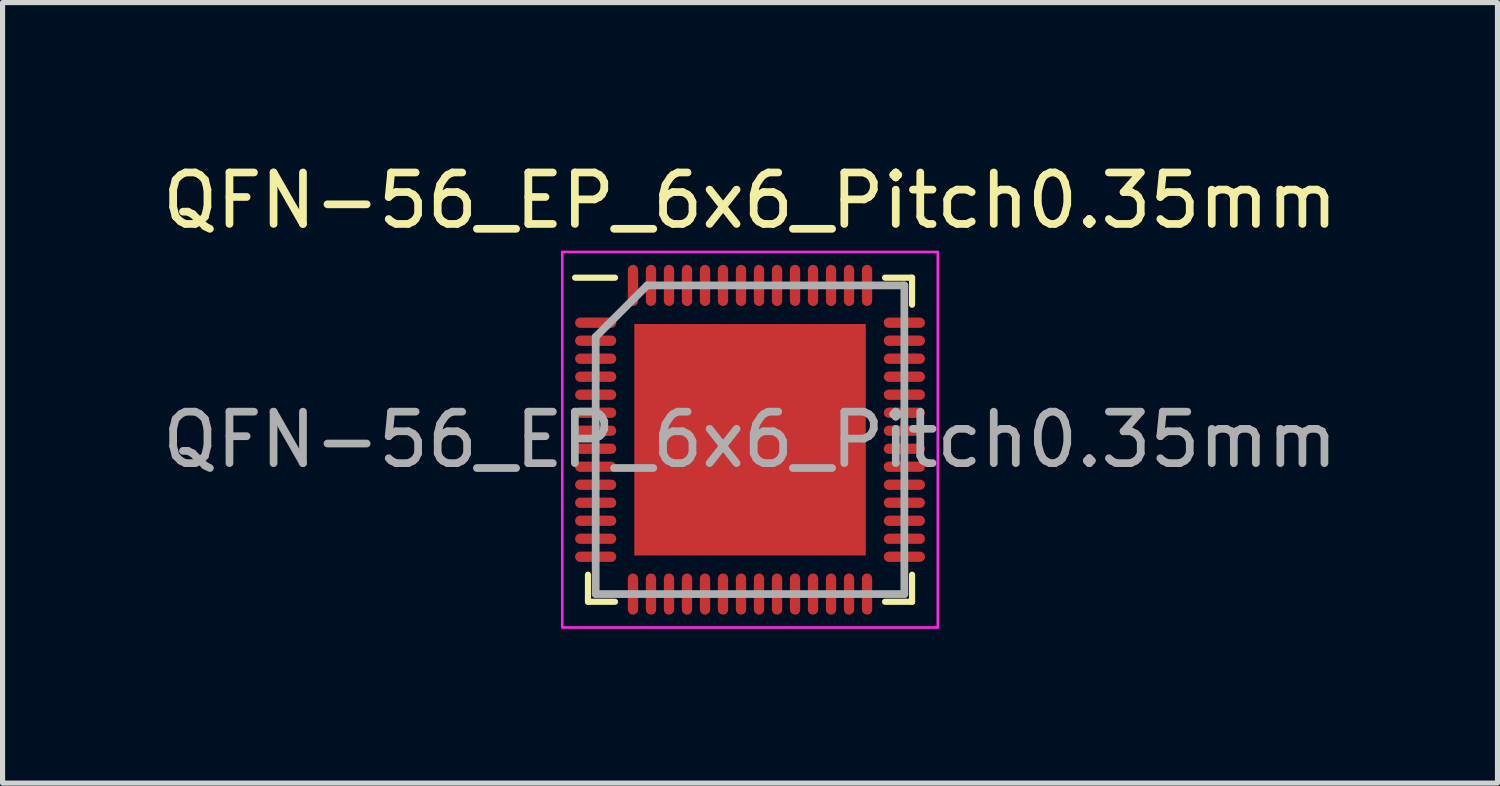
<source format=kicad_pcb>
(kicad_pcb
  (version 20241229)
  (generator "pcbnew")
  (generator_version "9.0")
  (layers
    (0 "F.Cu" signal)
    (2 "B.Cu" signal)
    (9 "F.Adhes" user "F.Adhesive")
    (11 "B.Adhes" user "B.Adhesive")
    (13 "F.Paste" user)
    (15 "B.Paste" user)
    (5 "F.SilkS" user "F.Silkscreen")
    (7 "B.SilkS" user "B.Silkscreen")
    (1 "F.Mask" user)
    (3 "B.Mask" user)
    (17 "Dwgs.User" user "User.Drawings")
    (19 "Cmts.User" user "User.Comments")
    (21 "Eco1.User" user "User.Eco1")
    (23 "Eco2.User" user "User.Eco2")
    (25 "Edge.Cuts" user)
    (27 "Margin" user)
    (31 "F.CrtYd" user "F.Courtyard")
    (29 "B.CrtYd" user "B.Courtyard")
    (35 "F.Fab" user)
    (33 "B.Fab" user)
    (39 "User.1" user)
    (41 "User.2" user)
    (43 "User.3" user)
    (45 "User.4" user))
  (footprint "QFN-56_EP_6x6_Pitch0.35mm"
    (layer "F.Cu")
    (at 11.53 5.498)
    (property "Reference" "QFN-56_EP_6x6_Pitch0.35mm" (at 0 -4.65 0) (layer "F.SilkS") (effects (font (size 1 1) (thickness 0.15))))
    (attr smd)
    (fp_line (start -3.15 3.15) (end -3.15 2.625) (stroke (width 0.12) (type default)) (layer "F.SilkS"))
    (fp_line (start -2.625 -3.15) (end -3.4 -3.15) (stroke (width 0.12) (type default)) (layer "F.SilkS"))
    (fp_line (start -2.625 3.15) (end -3.15 3.15) (stroke (width 0.12) (type default)) (layer "F.SilkS"))
    (fp_line (start 2.625 -3.15) (end 3.15 -3.15) (stroke (width 0.12) (type default)) (layer "F.SilkS"))
    (fp_line (start 2.625 3.15) (end 3.15 3.15) (stroke (width 0.12) (type default)) (layer "F.SilkS"))
    (fp_line (start 3.15 -3.15) (end 3.15 -2.625) (stroke (width 0.12) (type default)) (layer "F.SilkS"))
    (fp_line (start 3.15 3.15) (end 3.15 2.625) (stroke (width 0.12) (type default)) (layer "F.SilkS"))
    (fp_line (start -3.65 -3.65) (end 3.65 -3.65) (stroke (width 0.05) (type default)) (layer "F.CrtYd"))
    (fp_line (start -3.65 3.65) (end -3.65 -3.65) (stroke (width 0.05) (type default)) (layer "F.CrtYd"))
    (fp_line (start 3.65 -3.65) (end 3.65 3.65) (stroke (width 0.05) (type default)) (layer "F.CrtYd"))
    (fp_line (start 3.65 3.65) (end -3.65 3.65) (stroke (width 0.05) (type default)) (layer "F.CrtYd"))
    (fp_line (start -3 -2) (end -3 3) (stroke (width 0.15) (type default)) (layer "F.Fab"))
    (fp_line (start -3 3) (end 3 3) (stroke (width 0.15) (type default)) (layer "F.Fab"))
    (fp_line (start -2 -3) (end -3 -2) (stroke (width 0.15) (type default)) (layer "F.Fab"))
    (fp_line (start 3 -3) (end -2 -3) (stroke (width 0.15) (type default)) (layer "F.Fab"))
    (fp_line (start 3 3) (end 3 -3) (stroke (width 0.15) (type default)) (layer "F.Fab"))
    (fp_text user "${REFERENCE}" (at 0 0 0) (layer "F.Fab") (effects (font (size 1 1) (thickness 0.15))))
    (pad "" smd rect (at -1.688 -1.688) (size 0.375 0.375) (layers "F.Paste"))
    (pad "" smd rect (at -1.688 -0.562) (size 0.375 0.375) (layers "F.Paste"))
    (pad "" smd rect (at -1.688 0.562) (size 0.375 0.375) (layers "F.Paste"))
    (pad "" smd rect (at -1.688 1.688) (size 0.375 0.375) (layers "F.Paste"))
    (pad "" smd rect (at -0.562 -1.688) (size 0.375 0.375) (layers "F.Paste"))
    (pad "" smd rect (at -0.562 -0.562) (size 0.375 0.375) (layers "F.Paste"))
    (pad "" smd rect (at -0.562 0.562) (size 0.375 0.375) (layers "F.Paste"))
    (pad "" smd rect (at -0.562 1.688) (size 0.375 0.375) (layers "F.Paste"))
    (pad "" smd rect (at 0.562 -1.688) (size 0.375 0.375) (layers "F.Paste"))
    (pad "" smd rect (at 0.562 -0.562) (size 0.375 0.375) (layers "F.Paste"))
    (pad "" smd rect (at 0.562 0.562) (size 0.375 0.375) (layers "F.Paste"))
    (pad "" smd rect (at 0.562 1.688) (size 0.375 0.375) (layers "F.Paste"))
    (pad "" smd rect (at 1.688 -1.688) (size 0.375 0.375) (layers "F.Paste"))
    (pad "" smd rect (at 1.688 -0.562) (size 0.375 0.375) (layers "F.Paste"))
    (pad "" smd rect (at 1.688 0.562) (size 0.375 0.375) (layers "F.Paste"))
    (pad "" smd rect (at 1.688 1.688) (size 0.375 0.375) (layers "F.Paste"))
    (pad "1" smd oval (at -3 -2.275 90) (size 0.2 0.8) (layers "F.Cu" "F.Mask" "F.Paste"))
    (pad "2" smd oval (at -3 -1.925 90) (size 0.2 0.8) (layers "F.Cu" "F.Mask" "F.Paste"))
    (pad "3" smd oval (at -3 -1.575 90) (size 0.2 0.8) (layers "F.Cu" "F.Mask" "F.Paste"))
    (pad "4" smd oval (at -3 -1.225 90) (size 0.2 0.8) (layers "F.Cu" "F.Mask" "F.Paste"))
    (pad "5" smd oval (at -3 -0.875 90) (size 0.2 0.8) (layers "F.Cu" "F.Mask" "F.Paste"))
    (pad "6" smd oval (at -3 -0.525 90) (size 0.2 0.8) (layers "F.Cu" "F.Mask" "F.Paste"))
    (pad "7" smd oval (at -3 -0.175 90) (size 0.2 0.8) (layers "F.Cu" "F.Mask" "F.Paste"))
    (pad "8" smd oval (at -3 0.175 90) (size 0.2 0.8) (layers "F.Cu" "F.Mask" "F.Paste"))
    (pad "9" smd oval (at -3 0.525 90) (size 0.2 0.8) (layers "F.Cu" "F.Mask" "F.Paste"))
    (pad "10" smd oval (at -3 0.875 90) (size 0.2 0.8) (layers "F.Cu" "F.Mask" "F.Paste"))
    (pad "11" smd oval (at -3 1.225 90) (size 0.2 0.8) (layers "F.Cu" "F.Mask" "F.Paste"))
    (pad "12" smd oval (at -3 1.575 90) (size 0.2 0.8) (layers "F.Cu" "F.Mask" "F.Paste"))
    (pad "13" smd oval (at -3 1.925 90) (size 0.2 0.8) (layers "F.Cu" "F.Mask" "F.Paste"))
    (pad "14" smd oval (at -3 2.275 90) (size 0.2 0.8) (layers "F.Cu" "F.Mask" "F.Paste"))
    (pad "15" smd oval (at -2.275 3) (size 0.2 0.8) (layers "F.Cu" "F.Mask" "F.Paste"))
    (pad "16" smd oval (at -1.925 3) (size 0.2 0.8) (layers "F.Cu" "F.Mask" "F.Paste"))
    (pad "17" smd oval (at -1.575 3) (size 0.2 0.8) (layers "F.Cu" "F.Mask" "F.Paste"))
    (pad "18" smd oval (at -1.225 3) (size 0.2 0.8) (layers "F.Cu" "F.Mask" "F.Paste"))
    (pad "19" smd oval (at -0.875 3) (size 0.2 0.8) (layers "F.Cu" "F.Mask" "F.Paste"))
    (pad "20" smd oval (at -0.525 3) (size 0.2 0.8) (layers "F.Cu" "F.Mask" "F.Paste"))
    (pad "21" smd oval (at -0.175 3) (size 0.2 0.8) (layers "F.Cu" "F.Mask" "F.Paste"))
    (pad "22" smd oval (at 0.175 3) (size 0.2 0.8) (layers "F.Cu" "F.Mask" "F.Paste"))
    (pad "23" smd oval (at 0.525 3) (size 0.2 0.8) (layers "F.Cu" "F.Mask" "F.Paste"))
    (pad "24" smd oval (at 0.875 3) (size 0.2 0.8) (layers "F.Cu" "F.Mask" "F.Paste"))
    (pad "25" smd oval (at 1.225 3) (size 0.2 0.8) (layers "F.Cu" "F.Mask" "F.Paste"))
    (pad "26" smd oval (at 1.575 3) (size 0.2 0.8) (layers "F.Cu" "F.Mask" "F.Paste"))
    (pad "27" smd oval (at 1.925 3) (size 0.2 0.8) (layers "F.Cu" "F.Mask" "F.Paste"))
    (pad "28" smd oval (at 2.275 3) (size 0.2 0.8) (layers "F.Cu" "F.Mask" "F.Paste"))
    (pad "29" smd oval (at 3 2.275 90) (size 0.2 0.8) (layers "F.Cu" "F.Mask" "F.Paste"))
    (pad "30" smd oval (at 3 1.925 90) (size 0.2 0.8) (layers "F.Cu" "F.Mask" "F.Paste"))
    (pad "31" smd oval (at 3 1.575 90) (size 0.2 0.8) (layers "F.Cu" "F.Mask" "F.Paste"))
    (pad "32" smd oval (at 3 1.225 90) (size 0.2 0.8) (layers "F.Cu" "F.Mask" "F.Paste"))
    (pad "33" smd oval (at 3 0.875 90) (size 0.2 0.8) (layers "F.Cu" "F.Mask" "F.Paste"))
    (pad "34" smd oval (at 3 0.525 90) (size 0.2 0.8) (layers "F.Cu" "F.Mask" "F.Paste"))
    (pad "35" smd oval (at 3 0.175 90) (size 0.2 0.8) (layers "F.Cu" "F.Mask" "F.Paste"))
    (pad "36" smd oval (at 3 -0.175 90) (size 0.2 0.8) (layers "F.Cu" "F.Mask" "F.Paste"))
    (pad "37" smd oval (at 3 -0.525 90) (size 0.2 0.8) (layers "F.Cu" "F.Mask" "F.Paste"))
    (pad "38" smd oval (at 3 -0.875 90) (size 0.2 0.8) (layers "F.Cu" "F.Mask" "F.Paste"))
    (pad "39" smd oval (at 3 -1.225 90) (size 0.2 0.8) (layers "F.Cu" "F.Mask" "F.Paste"))
    (pad "40" smd oval (at 3 -1.575 90) (size 0.2 0.8) (layers "F.Cu" "F.Mask" "F.Paste"))
    (pad "41" smd oval (at 3 -1.925 90) (size 0.2 0.8) (layers "F.Cu" "F.Mask" "F.Paste"))
    (pad "42" smd oval (at 3 -2.275 90) (size 0.2 0.8) (layers "F.Cu" "F.Mask" "F.Paste"))
    (pad "43" smd oval (at 2.275 -3) (size 0.2 0.8) (layers "F.Cu" "F.Mask" "F.Paste"))
    (pad "44" smd oval (at 1.925 -3) (size 0.2 0.8) (layers "F.Cu" "F.Mask" "F.Paste"))
    (pad "45" smd oval (at 1.575 -3) (size 0.2 0.8) (layers "F.Cu" "F.Mask" "F.Paste"))
    (pad "46" smd oval (at 1.225 -3) (size 0.2 0.8) (layers "F.Cu" "F.Mask" "F.Paste"))
    (pad "47" smd oval (at 0.875 -3) (size 0.2 0.8) (layers "F.Cu" "F.Mask" "F.Paste"))
    (pad "48" smd oval (at 0.525 -3) (size 0.2 0.8) (layers "F.Cu" "F.Mask" "F.Paste"))
    (pad "49" smd oval (at 0.175 -3) (size 0.2 0.8) (layers "F.Cu" "F.Mask" "F.Paste"))
    (pad "50" smd oval (at -0.175 -3) (size 0.2 0.8) (layers "F.Cu" "F.Mask" "F.Paste"))
    (pad "51" smd oval (at -0.525 -3) (size 0.2 0.8) (layers "F.Cu" "F.Mask" "F.Paste"))
    (pad "52" smd oval (at -0.875 -3) (size 0.2 0.8) (layers "F.Cu" "F.Mask" "F.Paste"))
    (pad "53" smd oval (at -1.225 -3) (size 0.2 0.8) (layers "F.Cu" "F.Mask" "F.Paste"))
    (pad "54" smd oval (at -1.575 -3) (size 0.2 0.8) (layers "F.Cu" "F.Mask" "F.Paste"))
    (pad "55" smd oval (at -1.925 -3) (size 0.2 0.8) (layers "F.Cu" "F.Mask" "F.Paste"))
    (pad "56" smd oval (at -2.275 -3) (size 0.2 0.8) (layers "F.Cu" "F.Mask" "F.Paste"))
    (pad "57" smd rect (at 0 0) (size 4.5 4.5) (layers "F.Cu" "F.Mask")))
  (gr_rect
    (start -3 -3)
    (end 26.06 12.173)
    (stroke (width 0.1) (type default))
    (fill no)
    (layer "Edge.Cuts")))
</source>
